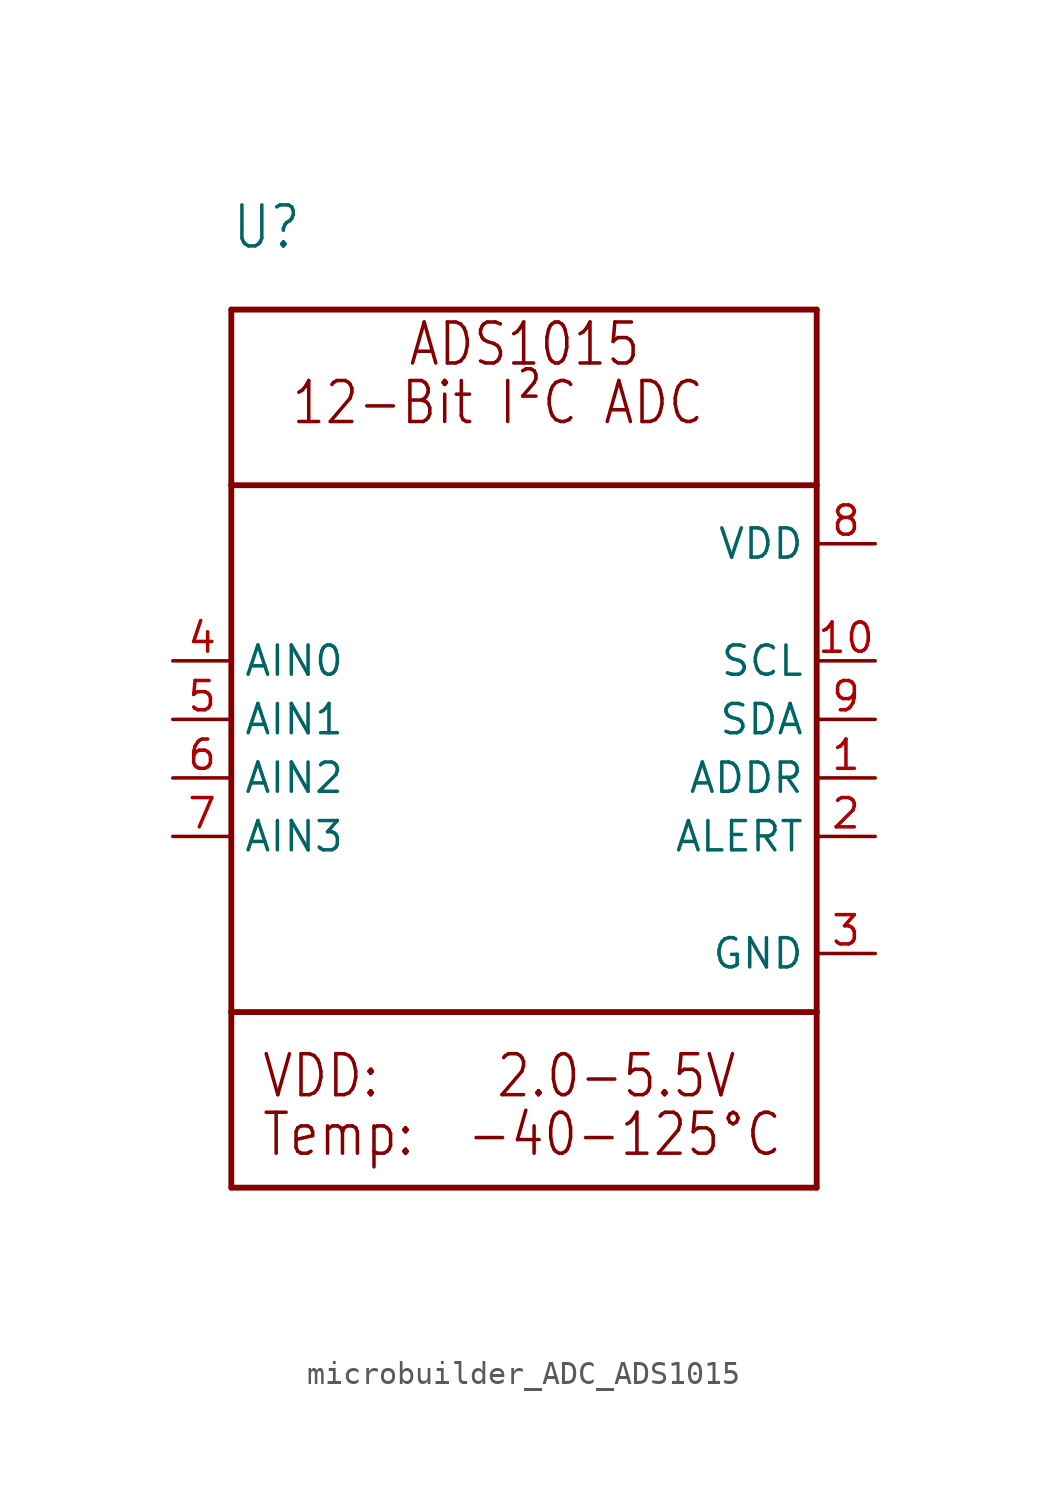
<source format=kicad_sym>
(kicad_symbol_lib
  (version 20220914)
  (generator kicad_symbol_editor)
  (symbol "microbuilder_ADC_ADS1015"
    (property "Reference" "U"
      (at -12.7 20.32 0)
      (effects (font (size 1.778 1.511)) (justify left bottom)))
    (property "Value" ""
      (at -12.7 -22.86 0)
      (effects (font (size 1.778 1.511)) (justify left bottom)))
    (property "ki_locked" ""
      (at 0 0 0)
      (effects (font (size 1.27 1.27))))
    (symbol "microbuilder_ADC_ADS1015_1_0"
      (polyline (pts (xy -12.7 -12.7) (xy -12.7 -20.32)) (stroke (width 0.254) (type solid)) (fill (type none)))
      (polyline (pts (xy -12.7 -12.7) (xy -12.7 10.16)) (stroke (width 0.254) (type solid)) (fill (type none)))
      (polyline (pts (xy -12.7 10.16) (xy 12.7 10.16)) (stroke (width 0.254) (type solid)) (fill (type none)))
      (polyline (pts (xy -12.7 17.78) (xy -12.7 10.16)) (stroke (width 0.254) (type solid)) (fill (type none)))
      (polyline (pts (xy -12.7 17.78) (xy 12.7 17.78)) (stroke (width 0.254) (type solid)) (fill (type none)))
      (polyline (pts (xy 12.7 -20.32) (xy -12.7 -20.32)) (stroke (width 0.254) (type solid)) (fill (type none)))
      (polyline (pts (xy 12.7 -12.7) (xy -12.7 -12.7)) (stroke (width 0.254) (type solid)) (fill (type none)))
      (polyline (pts (xy 12.7 -12.7) (xy 12.7 -20.32)) (stroke (width 0.254) (type solid)) (fill (type none)))
      (polyline (pts (xy 12.7 10.16) (xy 12.7 -12.7)) (stroke (width 0.254) (type solid)) (fill (type none)))
      (polyline (pts (xy 12.7 17.78) (xy 12.7 10.16)) (stroke (width 0.254) (type solid)) (fill (type none)))
      (text "-40-125°C" (at -2.54 -19.05 0) (effects (font (size 1.778 1.511)) (justify left bottom)))
      (text "12-Bit I²C ADC" (at -10.16 12.7 0) (effects (font (size 1.778 1.511)) (justify left bottom)))
      (text "2.0-5.5V" (at -1.27 -16.51 0) (effects (font (size 1.778 1.511)) (justify left bottom)))
      (text "ADS1015" (at -5.08 15.24 0) (effects (font (size 1.778 1.511)) (justify left bottom)))
      (text "Temp:" (at -11.43 -19.05 0) (effects (font (size 1.778 1.511)) (justify left bottom)))
      (text "VDD:" (at -11.43 -16.51 0) (effects (font (size 1.778 1.511)) (justify left bottom)))
      (pin bidirectional line (at 15.24 -2.54 180) (length 2.54) (name "ADDR" (effects (font (size 1.27 1.27)))) (number "1" (effects (font (size 1.27 1.27)))))
      (pin bidirectional line (at 15.24 2.54 180) (length 2.54) (name "SCL" (effects (font (size 1.27 1.27)))) (number "10" (effects (font (size 1.27 1.27)))))
      (pin bidirectional line (at 15.24 -5.08 180) (length 2.54) (name "ALERT" (effects (font (size 1.27 1.27)))) (number "2" (effects (font (size 1.27 1.27)))))
      (pin bidirectional line (at 15.24 -10.16 180) (length 2.54) (name "GND" (effects (font (size 1.27 1.27)))) (number "3" (effects (font (size 1.27 1.27)))))
      (pin bidirectional line (at -15.24 2.54 0) (length 2.54) (name "AIN0" (effects (font (size 1.27 1.27)))) (number "4" (effects (font (size 1.27 1.27)))))
      (pin bidirectional line (at -15.24 0 0) (length 2.54) (name "AIN1" (effects (font (size 1.27 1.27)))) (number "5" (effects (font (size 1.27 1.27)))))
      (pin bidirectional line (at -15.24 -2.54 0) (length 2.54) (name "AIN2" (effects (font (size 1.27 1.27)))) (number "6" (effects (font (size 1.27 1.27)))))
      (pin bidirectional line (at -15.24 -5.08 0) (length 2.54) (name "AIN3" (effects (font (size 1.27 1.27)))) (number "7" (effects (font (size 1.27 1.27)))))
      (pin bidirectional line (at 15.24 7.62 180) (length 2.54) (name "VDD" (effects (font (size 1.27 1.27)))) (number "8" (effects (font (size 1.27 1.27)))))
      (pin bidirectional line (at 15.24 0 180) (length 2.54) (name "SDA" (effects (font (size 1.27 1.27)))) (number "9" (effects (font (size 1.27 1.27))))))))
</source>
